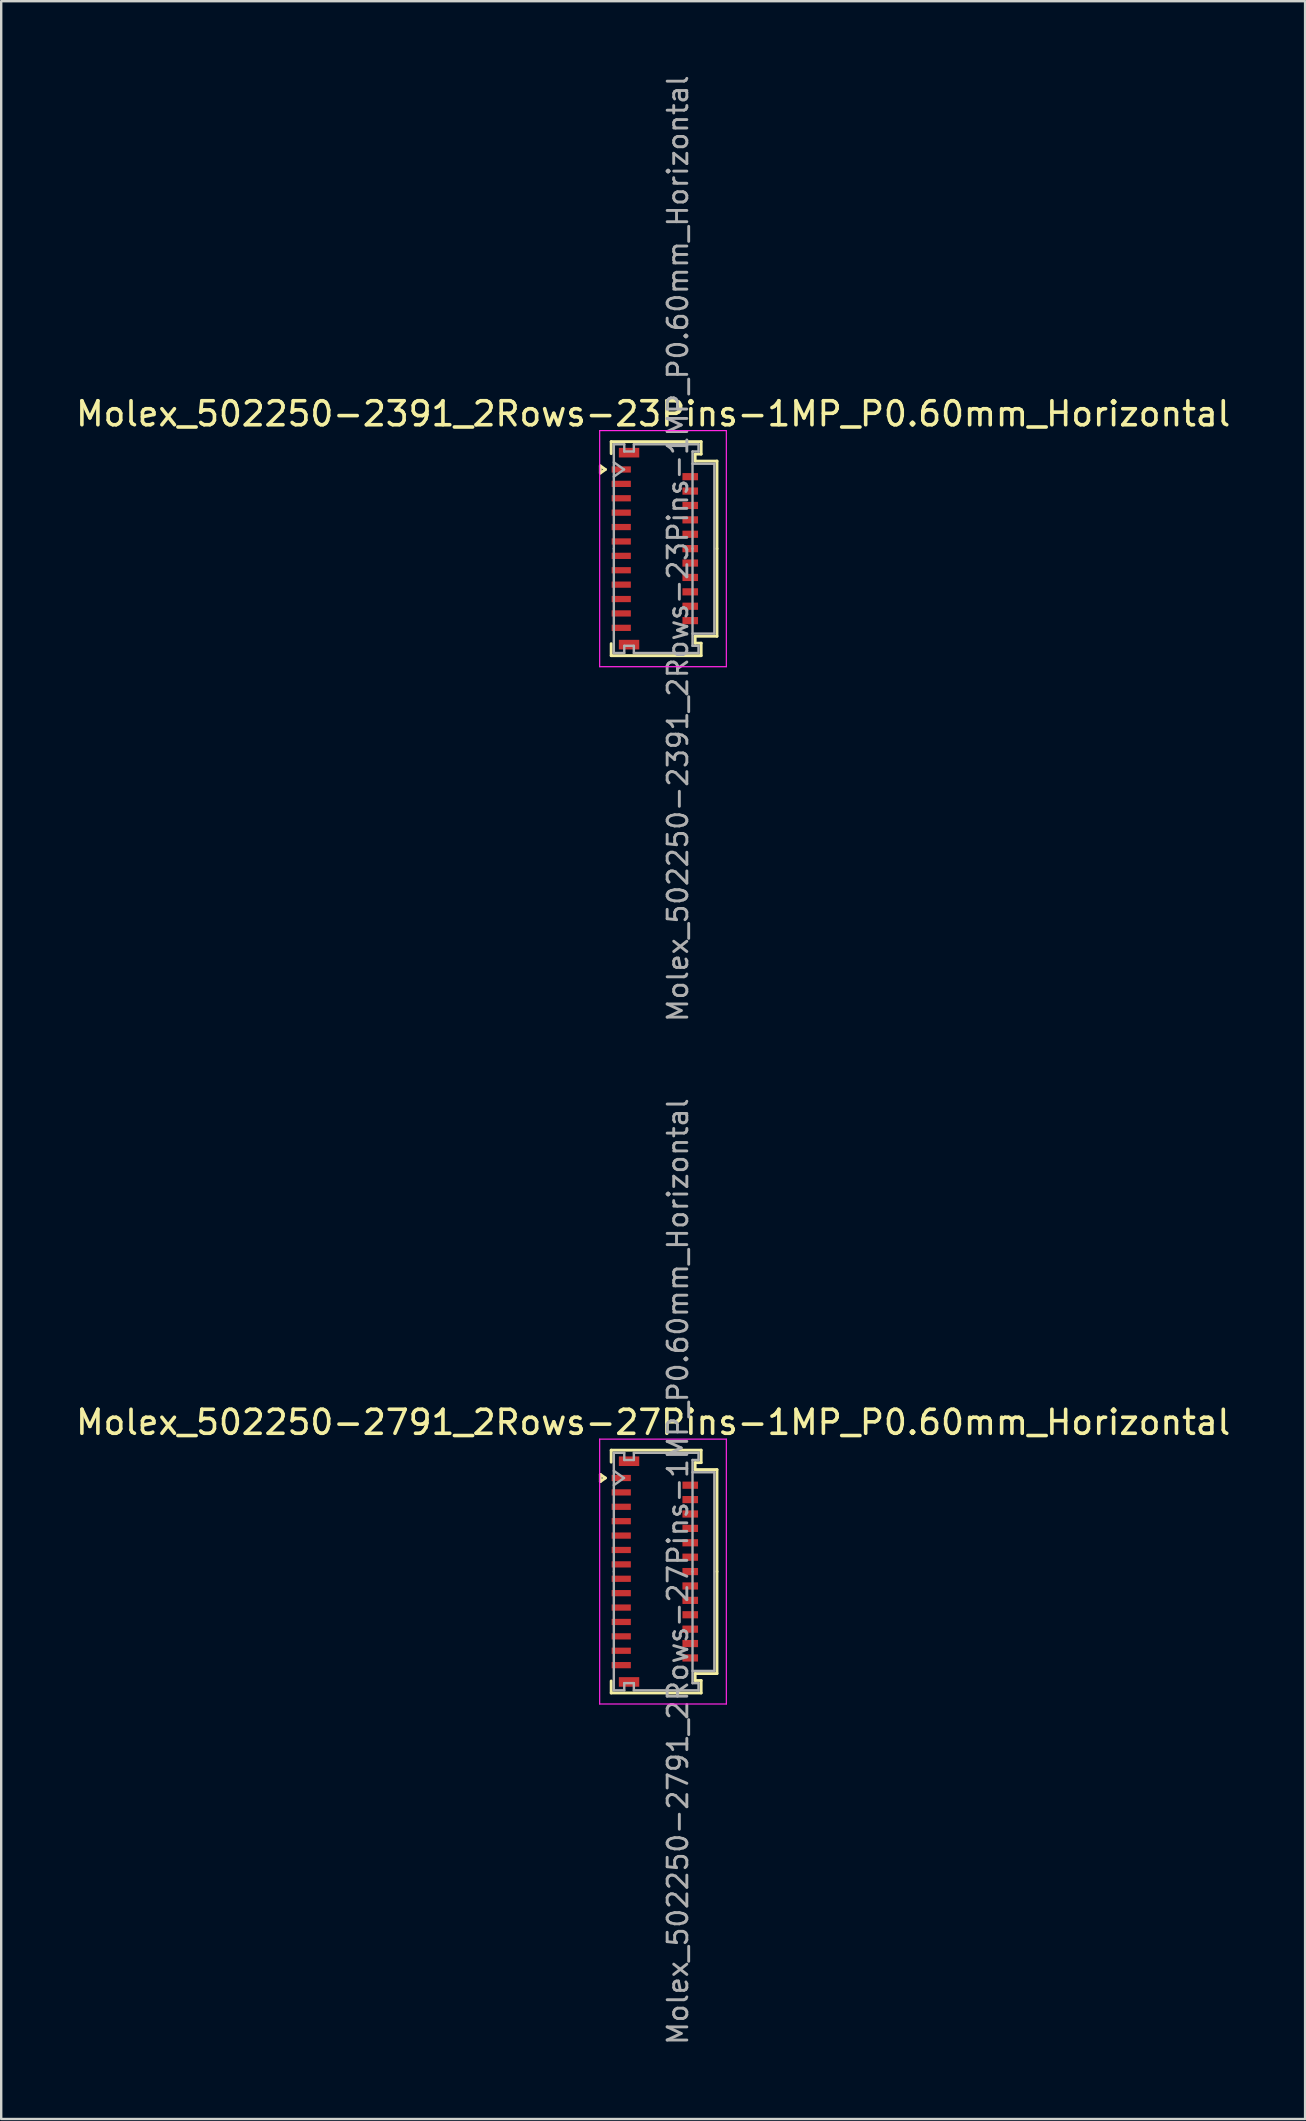
<source format=kicad_pcb>
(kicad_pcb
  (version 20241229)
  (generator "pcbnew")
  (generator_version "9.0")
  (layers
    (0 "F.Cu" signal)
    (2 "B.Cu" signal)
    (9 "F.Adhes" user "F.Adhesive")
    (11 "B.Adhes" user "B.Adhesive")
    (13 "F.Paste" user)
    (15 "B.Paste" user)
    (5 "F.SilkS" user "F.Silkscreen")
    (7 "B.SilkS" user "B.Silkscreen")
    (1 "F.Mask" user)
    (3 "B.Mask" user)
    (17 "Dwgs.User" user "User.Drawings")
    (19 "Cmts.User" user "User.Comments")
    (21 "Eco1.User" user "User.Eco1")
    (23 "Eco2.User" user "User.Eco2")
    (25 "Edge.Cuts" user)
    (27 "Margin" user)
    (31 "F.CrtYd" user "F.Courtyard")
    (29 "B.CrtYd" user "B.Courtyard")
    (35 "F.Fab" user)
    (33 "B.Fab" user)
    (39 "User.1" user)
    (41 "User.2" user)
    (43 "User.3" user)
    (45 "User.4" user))
  (footprint "Molex_502250-2791_2Rows-27Pins-1MP_P0.60mm_Horizontal"
    (layer "F.Cu")
    (at 24.243 62.451)
    (property "Reference" "Molex_502250-2791_2Rows-27Pins-1MP_P0.60mm_Horizontal" (at -0.07 -6.22 0) (layer "F.SilkS") (effects (font (size 1 1) (thickness 0.15))))
    (attr smd)
    (fp_line (start -2.272 -4.05) (end -2.06 -3.9) (stroke (width 0.12) (type solid)) (layer "F.SilkS"))
    (fp_line (start -2.272 -3.75) (end -2.272 -4.05) (stroke (width 0.12) (type solid)) (layer "F.SilkS"))
    (fp_line (start -2.06 -3.9) (end -2.272 -3.75) (stroke (width 0.12) (type solid)) (layer "F.SilkS"))
    (fp_line (start -1.82 -5.06) (end 1.93 -5.06) (stroke (width 0.12) (type solid)) (layer "F.SilkS"))
    (fp_line (start -1.82 -4.56) (end -1.82 -5.06) (stroke (width 0.12) (type solid)) (layer "F.SilkS"))
    (fp_line (start -1.82 4.56) (end -1.82 5.06) (stroke (width 0.12) (type solid)) (layer "F.SilkS"))
    (fp_line (start -1.82 5.06) (end 1.93 5.06) (stroke (width 0.12) (type solid)) (layer "F.SilkS"))
    (fp_line (start 1.68 -4.54) (end 1.68 -4.25) (stroke (width 0.12) (type solid)) (layer "F.SilkS"))
    (fp_line (start 1.68 -4.25) (end 2.59 -4.25) (stroke (width 0.12) (type solid)) (layer "F.SilkS"))
    (fp_line (start 1.68 4.25) (end 2.59 4.25) (stroke (width 0.12) (type solid)) (layer "F.SilkS"))
    (fp_line (start 1.68 4.54) (end 1.68 4.25) (stroke (width 0.12) (type solid)) (layer "F.SilkS"))
    (fp_line (start 1.93 -5.06) (end 1.93 -4.54) (stroke (width 0.12) (type solid)) (layer "F.SilkS"))
    (fp_line (start 1.93 -4.54) (end 1.68 -4.54) (stroke (width 0.12) (type solid)) (layer "F.SilkS"))
    (fp_line (start 1.93 4.54) (end 1.68 4.54) (stroke (width 0.12) (type solid)) (layer "F.SilkS"))
    (fp_line (start 1.93 5.06) (end 1.93 4.54) (stroke (width 0.12) (type solid)) (layer "F.SilkS"))
    (fp_line (start 2.59 -4.25) (end 2.59 0) (stroke (width 0.12) (type solid)) (layer "F.SilkS"))
    (fp_line (start 2.59 4.25) (end 2.59 0) (stroke (width 0.12) (type solid)) (layer "F.SilkS"))
    (fp_line (start -2.3 -5.52) (end -2.3 5.52) (stroke (width 0.05) (type solid)) (layer "F.CrtYd"))
    (fp_line (start -2.3 5.52) (end 2.98 5.52) (stroke (width 0.05) (type solid)) (layer "F.CrtYd"))
    (fp_line (start 2.98 -5.52) (end -2.3 -5.52) (stroke (width 0.05) (type solid)) (layer "F.CrtYd"))
    (fp_line (start 2.98 5.52) (end 2.98 -5.52) (stroke (width 0.05) (type solid)) (layer "F.CrtYd"))
    (fp_line (start -1.71 -4.95) (end -1.275 -4.95) (stroke (width 0.1) (type solid)) (layer "F.Fab"))
    (fp_line (start -1.71 -4.2) (end -1.286 -3.9) (stroke (width 0.1) (type solid)) (layer "F.Fab"))
    (fp_line (start -1.71 0) (end -1.71 -4.95) (stroke (width 0.1) (type solid)) (layer "F.Fab"))
    (fp_line (start -1.71 0) (end -1.71 4.95) (stroke (width 0.1) (type solid)) (layer "F.Fab"))
    (fp_line (start -1.71 4.95) (end -1.275 4.95) (stroke (width 0.1) (type solid)) (layer "F.Fab"))
    (fp_line (start -1.286 -3.9) (end -1.71 -3.6) (stroke (width 0.1) (type solid)) (layer "F.Fab"))
    (fp_line (start -1.275 -4.95) (end -1.275 -4.65) (stroke (width 0.1) (type solid)) (layer "F.Fab"))
    (fp_line (start -1.275 -4.65) (end -0.875 -4.65) (stroke (width 0.1) (type solid)) (layer "F.Fab"))
    (fp_line (start -1.275 4.65) (end -0.875 4.65) (stroke (width 0.1) (type solid)) (layer "F.Fab"))
    (fp_line (start -1.275 4.95) (end -1.275 4.65) (stroke (width 0.1) (type solid)) (layer "F.Fab"))
    (fp_line (start -0.875 -4.95) (end 1.82 -4.95) (stroke (width 0.1) (type solid)) (layer "F.Fab"))
    (fp_line (start -0.875 -4.65) (end -0.875 -4.95) (stroke (width 0.1) (type solid)) (layer "F.Fab"))
    (fp_line (start -0.875 4.65) (end -0.875 4.95) (stroke (width 0.1) (type solid)) (layer "F.Fab"))
    (fp_line (start -0.875 4.95) (end 1.82 4.95) (stroke (width 0.1) (type solid)) (layer "F.Fab"))
    (fp_line (start 1.57 -4.65) (end 1.57 0) (stroke (width 0.1) (type solid)) (layer "F.Fab"))
    (fp_line (start 1.57 -4.14) (end 2.48 -4.14) (stroke (width 0.1) (type solid)) (layer "F.Fab"))
    (fp_line (start 1.57 4.65) (end 1.57 0) (stroke (width 0.1) (type solid)) (layer "F.Fab"))
    (fp_line (start 1.82 -4.95) (end 1.82 -4.65) (stroke (width 0.1) (type solid)) (layer "F.Fab"))
    (fp_line (start 1.82 -4.65) (end 1.57 -4.65) (stroke (width 0.1) (type solid)) (layer "F.Fab"))
    (fp_line (start 1.82 4.65) (end 1.57 4.65) (stroke (width 0.1) (type solid)) (layer "F.Fab"))
    (fp_line (start 1.82 4.95) (end 1.82 4.65) (stroke (width 0.1) (type solid)) (layer "F.Fab"))
    (fp_line (start 2.48 -4.14) (end 2.48 4.14) (stroke (width 0.1) (type solid)) (layer "F.Fab"))
    (fp_line (start 2.48 4.14) (end 1.57 4.14) (stroke (width 0.1) (type solid)) (layer "F.Fab"))
    (fp_text user "${REFERENCE}" (at 0.96 0 90) (layer "F.Fab") (effects (font (size 0.82 0.82) (thickness 0.12))))
    (pad "1" smd rect (at -1.4 -3.9) (size 0.8 0.26) (layers "F.Cu" "F.Mask" "F.Paste"))
    (pad "2" smd rect (at 1.475 -3.6) (size 0.65 0.3) (layers "F.Cu" "F.Mask" "F.Paste"))
    (pad "3" smd rect (at -1.4 -3.3) (size 0.8 0.26) (layers "F.Cu" "F.Mask" "F.Paste"))
    (pad "4" smd rect (at 1.475 -3) (size 0.65 0.3) (layers "F.Cu" "F.Mask" "F.Paste"))
    (pad "5" smd rect (at -1.4 -2.7) (size 0.8 0.26) (layers "F.Cu" "F.Mask" "F.Paste"))
    (pad "6" smd rect (at 1.475 -2.4) (size 0.65 0.3) (layers "F.Cu" "F.Mask" "F.Paste"))
    (pad "7" smd rect (at -1.4 -2.1) (size 0.8 0.26) (layers "F.Cu" "F.Mask" "F.Paste"))
    (pad "8" smd rect (at 1.475 -1.8) (size 0.65 0.3) (layers "F.Cu" "F.Mask" "F.Paste"))
    (pad "9" smd rect (at -1.4 -1.5) (size 0.8 0.26) (layers "F.Cu" "F.Mask" "F.Paste"))
    (pad "10" smd rect (at 1.475 -1.2) (size 0.65 0.3) (layers "F.Cu" "F.Mask" "F.Paste"))
    (pad "11" smd rect (at -1.4 -0.9) (size 0.8 0.26) (layers "F.Cu" "F.Mask" "F.Paste"))
    (pad "12" smd rect (at 1.475 -0.6) (size 0.65 0.3) (layers "F.Cu" "F.Mask" "F.Paste"))
    (pad "13" smd rect (at -1.4 -0.3) (size 0.8 0.26) (layers "F.Cu" "F.Mask" "F.Paste"))
    (pad "14" smd rect (at 1.475 0) (size 0.65 0.3) (layers "F.Cu" "F.Mask" "F.Paste"))
    (pad "15" smd rect (at -1.4 0.3) (size 0.8 0.26) (layers "F.Cu" "F.Mask" "F.Paste"))
    (pad "16" smd rect (at 1.475 0.6) (size 0.65 0.3) (layers "F.Cu" "F.Mask" "F.Paste"))
    (pad "17" smd rect (at -1.4 0.9) (size 0.8 0.26) (layers "F.Cu" "F.Mask" "F.Paste"))
    (pad "18" smd rect (at 1.475 1.2) (size 0.65 0.3) (layers "F.Cu" "F.Mask" "F.Paste"))
    (pad "19" smd rect (at -1.4 1.5) (size 0.8 0.26) (layers "F.Cu" "F.Mask" "F.Paste"))
    (pad "20" smd rect (at 1.475 1.8) (size 0.65 0.3) (layers "F.Cu" "F.Mask" "F.Paste"))
    (pad "21" smd rect (at -1.4 2.1) (size 0.8 0.26) (layers "F.Cu" "F.Mask" "F.Paste"))
    (pad "22" smd rect (at 1.475 2.4) (size 0.65 0.3) (layers "F.Cu" "F.Mask" "F.Paste"))
    (pad "23" smd rect (at -1.4 2.7) (size 0.8 0.26) (layers "F.Cu" "F.Mask" "F.Paste"))
    (pad "24" smd rect (at 1.475 3) (size 0.65 0.3) (layers "F.Cu" "F.Mask" "F.Paste"))
    (pad "25" smd rect (at -1.4 3.3) (size 0.8 0.26) (layers "F.Cu" "F.Mask" "F.Paste"))
    (pad "26" smd rect (at 1.475 3.6) (size 0.65 0.3) (layers "F.Cu" "F.Mask" "F.Paste"))
    (pad "27" smd rect (at -1.4 3.9) (size 0.8 0.26) (layers "F.Cu" "F.Mask" "F.Paste"))
    (pad "MP" smd rect (at -1.075 -4.6) (size 0.85 0.4) (layers "F.Cu" "F.Mask" "F.Paste"))
    (pad "MP" smd rect (at -1.075 4.6) (size 0.85 0.4) (layers "F.Cu" "F.Mask" "F.Paste")))
  (footprint "Molex_502250-2391_2Rows-23Pins-1MP_P0.60mm_Horizontal"
    (layer "F.Cu")
    (at 24.243 19.817)
    (property "Reference" "Molex_502250-2391_2Rows-23Pins-1MP_P0.60mm_Horizontal" (at -0.07 -5.62 0) (layer "F.SilkS") (effects (font (size 1 1) (thickness 0.15))))
    (attr smd)
    (fp_line (start -2.272 -3.45) (end -2.06 -3.3) (stroke (width 0.12) (type solid)) (layer "F.SilkS"))
    (fp_line (start -2.272 -3.15) (end -2.272 -3.45) (stroke (width 0.12) (type solid)) (layer "F.SilkS"))
    (fp_line (start -2.06 -3.3) (end -2.272 -3.15) (stroke (width 0.12) (type solid)) (layer "F.SilkS"))
    (fp_line (start -1.82 -4.46) (end 1.93 -4.46) (stroke (width 0.12) (type solid)) (layer "F.SilkS"))
    (fp_line (start -1.82 -3.96) (end -1.82 -4.46) (stroke (width 0.12) (type solid)) (layer "F.SilkS"))
    (fp_line (start -1.82 3.96) (end -1.82 4.46) (stroke (width 0.12) (type solid)) (layer "F.SilkS"))
    (fp_line (start -1.82 4.46) (end 1.93 4.46) (stroke (width 0.12) (type solid)) (layer "F.SilkS"))
    (fp_line (start 1.68 -3.94) (end 1.68 -3.65) (stroke (width 0.12) (type solid)) (layer "F.SilkS"))
    (fp_line (start 1.68 -3.65) (end 2.59 -3.65) (stroke (width 0.12) (type solid)) (layer "F.SilkS"))
    (fp_line (start 1.68 3.65) (end 2.59 3.65) (stroke (width 0.12) (type solid)) (layer "F.SilkS"))
    (fp_line (start 1.68 3.94) (end 1.68 3.65) (stroke (width 0.12) (type solid)) (layer "F.SilkS"))
    (fp_line (start 1.93 -4.46) (end 1.93 -3.94) (stroke (width 0.12) (type solid)) (layer "F.SilkS"))
    (fp_line (start 1.93 -3.94) (end 1.68 -3.94) (stroke (width 0.12) (type solid)) (layer "F.SilkS"))
    (fp_line (start 1.93 3.94) (end 1.68 3.94) (stroke (width 0.12) (type solid)) (layer "F.SilkS"))
    (fp_line (start 1.93 4.46) (end 1.93 3.94) (stroke (width 0.12) (type solid)) (layer "F.SilkS"))
    (fp_line (start 2.59 -3.65) (end 2.59 0) (stroke (width 0.12) (type solid)) (layer "F.SilkS"))
    (fp_line (start 2.59 3.65) (end 2.59 0) (stroke (width 0.12) (type solid)) (layer "F.SilkS"))
    (fp_line (start -2.3 -4.92) (end -2.3 4.92) (stroke (width 0.05) (type solid)) (layer "F.CrtYd"))
    (fp_line (start -2.3 4.92) (end 2.98 4.92) (stroke (width 0.05) (type solid)) (layer "F.CrtYd"))
    (fp_line (start 2.98 -4.92) (end -2.3 -4.92) (stroke (width 0.05) (type solid)) (layer "F.CrtYd"))
    (fp_line (start 2.98 4.92) (end 2.98 -4.92) (stroke (width 0.05) (type solid)) (layer "F.CrtYd"))
    (fp_line (start -1.71 -4.35) (end -1.275 -4.35) (stroke (width 0.1) (type solid)) (layer "F.Fab"))
    (fp_line (start -1.71 -3.6) (end -1.286 -3.3) (stroke (width 0.1) (type solid)) (layer "F.Fab"))
    (fp_line (start -1.71 0) (end -1.71 -4.35) (stroke (width 0.1) (type solid)) (layer "F.Fab"))
    (fp_line (start -1.71 0) (end -1.71 4.35) (stroke (width 0.1) (type solid)) (layer "F.Fab"))
    (fp_line (start -1.71 4.35) (end -1.275 4.35) (stroke (width 0.1) (type solid)) (layer "F.Fab"))
    (fp_line (start -1.286 -3.3) (end -1.71 -3) (stroke (width 0.1) (type solid)) (layer "F.Fab"))
    (fp_line (start -1.275 -4.35) (end -1.275 -4.05) (stroke (width 0.1) (type solid)) (layer "F.Fab"))
    (fp_line (start -1.275 -4.05) (end -0.875 -4.05) (stroke (width 0.1) (type solid)) (layer "F.Fab"))
    (fp_line (start -1.275 4.05) (end -0.875 4.05) (stroke (width 0.1) (type solid)) (layer "F.Fab"))
    (fp_line (start -1.275 4.35) (end -1.275 4.05) (stroke (width 0.1) (type solid)) (layer "F.Fab"))
    (fp_line (start -0.875 -4.35) (end 1.82 -4.35) (stroke (width 0.1) (type solid)) (layer "F.Fab"))
    (fp_line (start -0.875 -4.05) (end -0.875 -4.35) (stroke (width 0.1) (type solid)) (layer "F.Fab"))
    (fp_line (start -0.875 4.05) (end -0.875 4.35) (stroke (width 0.1) (type solid)) (layer "F.Fab"))
    (fp_line (start -0.875 4.35) (end 1.82 4.35) (stroke (width 0.1) (type solid)) (layer "F.Fab"))
    (fp_line (start 1.57 -4.05) (end 1.57 0) (stroke (width 0.1) (type solid)) (layer "F.Fab"))
    (fp_line (start 1.57 -3.54) (end 2.48 -3.54) (stroke (width 0.1) (type solid)) (layer "F.Fab"))
    (fp_line (start 1.57 4.05) (end 1.57 0) (stroke (width 0.1) (type solid)) (layer "F.Fab"))
    (fp_line (start 1.82 -4.35) (end 1.82 -4.05) (stroke (width 0.1) (type solid)) (layer "F.Fab"))
    (fp_line (start 1.82 -4.05) (end 1.57 -4.05) (stroke (width 0.1) (type solid)) (layer "F.Fab"))
    (fp_line (start 1.82 4.05) (end 1.57 4.05) (stroke (width 0.1) (type solid)) (layer "F.Fab"))
    (fp_line (start 1.82 4.35) (end 1.82 4.05) (stroke (width 0.1) (type solid)) (layer "F.Fab"))
    (fp_line (start 2.48 -3.54) (end 2.48 3.54) (stroke (width 0.1) (type solid)) (layer "F.Fab"))
    (fp_line (start 2.48 3.54) (end 1.57 3.54) (stroke (width 0.1) (type solid)) (layer "F.Fab"))
    (fp_text user "${REFERENCE}" (at 0.96 0 90) (layer "F.Fab") (effects (font (size 0.82 0.82) (thickness 0.12))))
    (pad "1" smd rect (at -1.4 -3.3) (size 0.8 0.26) (layers "F.Cu" "F.Mask" "F.Paste"))
    (pad "2" smd rect (at 1.475 -3) (size 0.65 0.3) (layers "F.Cu" "F.Mask" "F.Paste"))
    (pad "3" smd rect (at -1.4 -2.7) (size 0.8 0.26) (layers "F.Cu" "F.Mask" "F.Paste"))
    (pad "4" smd rect (at 1.475 -2.4) (size 0.65 0.3) (layers "F.Cu" "F.Mask" "F.Paste"))
    (pad "5" smd rect (at -1.4 -2.1) (size 0.8 0.26) (layers "F.Cu" "F.Mask" "F.Paste"))
    (pad "6" smd rect (at 1.475 -1.8) (size 0.65 0.3) (layers "F.Cu" "F.Mask" "F.Paste"))
    (pad "7" smd rect (at -1.4 -1.5) (size 0.8 0.26) (layers "F.Cu" "F.Mask" "F.Paste"))
    (pad "8" smd rect (at 1.475 -1.2) (size 0.65 0.3) (layers "F.Cu" "F.Mask" "F.Paste"))
    (pad "9" smd rect (at -1.4 -0.9) (size 0.8 0.26) (layers "F.Cu" "F.Mask" "F.Paste"))
    (pad "10" smd rect (at 1.475 -0.6) (size 0.65 0.3) (layers "F.Cu" "F.Mask" "F.Paste"))
    (pad "11" smd rect (at -1.4 -0.3) (size 0.8 0.26) (layers "F.Cu" "F.Mask" "F.Paste"))
    (pad "12" smd rect (at 1.475 0) (size 0.65 0.3) (layers "F.Cu" "F.Mask" "F.Paste"))
    (pad "13" smd rect (at -1.4 0.3) (size 0.8 0.26) (layers "F.Cu" "F.Mask" "F.Paste"))
    (pad "14" smd rect (at 1.475 0.6) (size 0.65 0.3) (layers "F.Cu" "F.Mask" "F.Paste"))
    (pad "15" smd rect (at -1.4 0.9) (size 0.8 0.26) (layers "F.Cu" "F.Mask" "F.Paste"))
    (pad "16" smd rect (at 1.475 1.2) (size 0.65 0.3) (layers "F.Cu" "F.Mask" "F.Paste"))
    (pad "17" smd rect (at -1.4 1.5) (size 0.8 0.26) (layers "F.Cu" "F.Mask" "F.Paste"))
    (pad "18" smd rect (at 1.475 1.8) (size 0.65 0.3) (layers "F.Cu" "F.Mask" "F.Paste"))
    (pad "19" smd rect (at -1.4 2.1) (size 0.8 0.26) (layers "F.Cu" "F.Mask" "F.Paste"))
    (pad "20" smd rect (at 1.475 2.4) (size 0.65 0.3) (layers "F.Cu" "F.Mask" "F.Paste"))
    (pad "21" smd rect (at -1.4 2.7) (size 0.8 0.26) (layers "F.Cu" "F.Mask" "F.Paste"))
    (pad "22" smd rect (at 1.475 3) (size 0.65 0.3) (layers "F.Cu" "F.Mask" "F.Paste"))
    (pad "23" smd rect (at -1.4 3.3) (size 0.8 0.26) (layers "F.Cu" "F.Mask" "F.Paste"))
    (pad "MP" smd rect (at -1.075 -4) (size 0.85 0.4) (layers "F.Cu" "F.Mask" "F.Paste"))
    (pad "MP" smd rect (at -1.075 4) (size 0.85 0.4) (layers "F.Cu" "F.Mask" "F.Paste")))
  (gr_rect
    (start -3 -3)
    (end 51.345 85.268)
    (stroke (width 0.1) (type default))
    (fill no)
    (layer "Edge.Cuts")))
</source>
